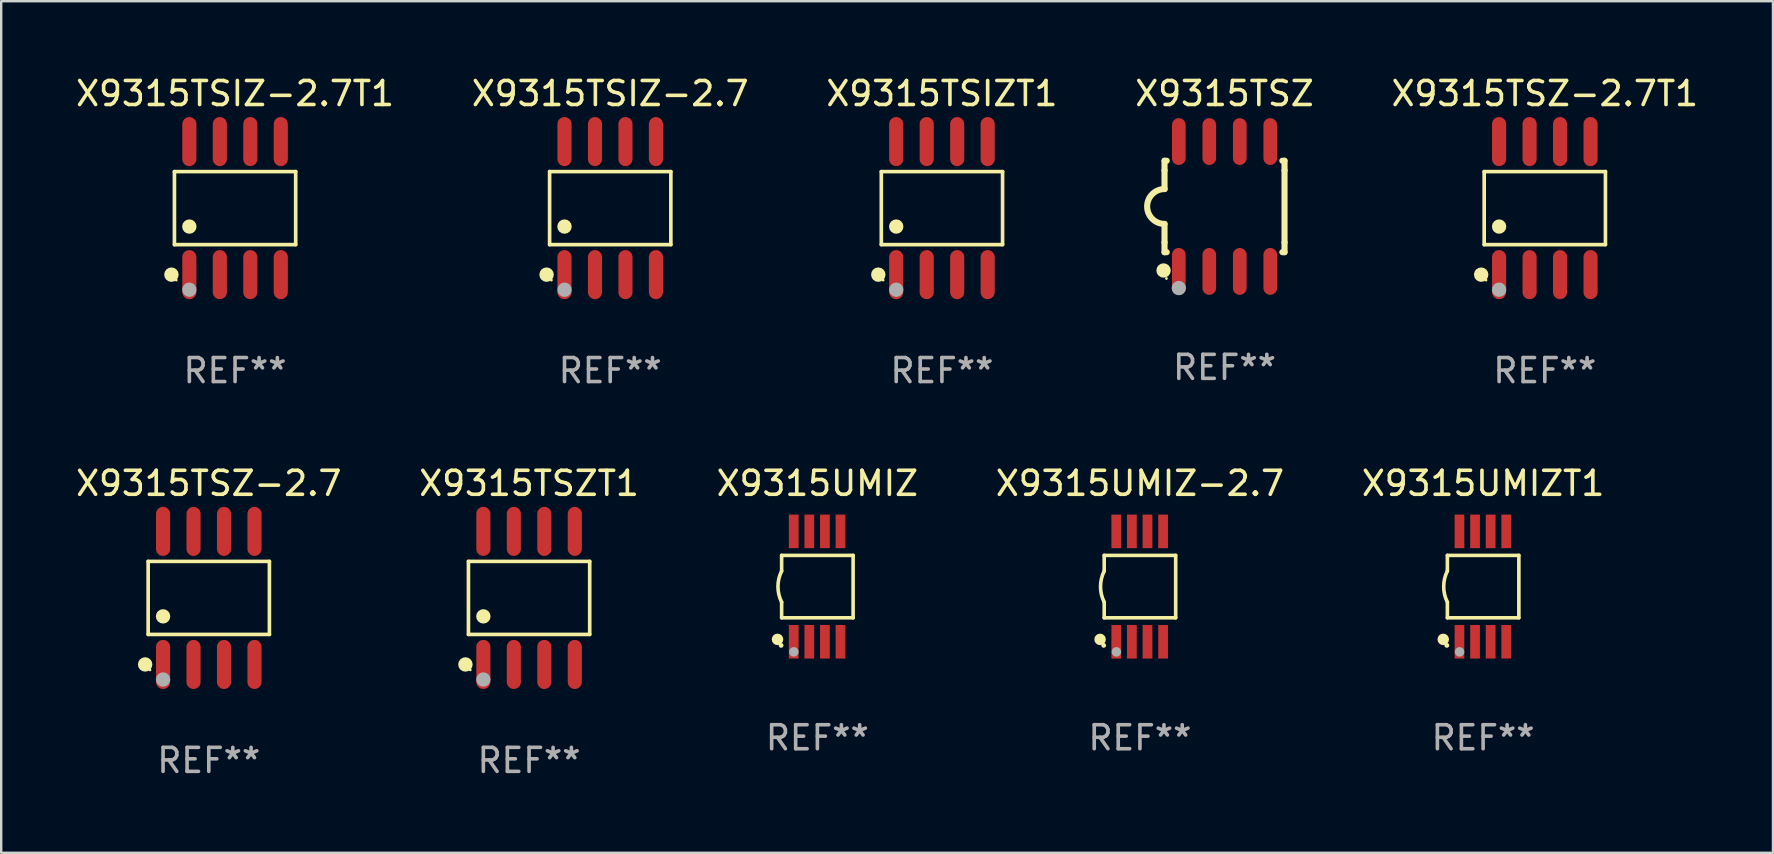
<source format=kicad_pcb>
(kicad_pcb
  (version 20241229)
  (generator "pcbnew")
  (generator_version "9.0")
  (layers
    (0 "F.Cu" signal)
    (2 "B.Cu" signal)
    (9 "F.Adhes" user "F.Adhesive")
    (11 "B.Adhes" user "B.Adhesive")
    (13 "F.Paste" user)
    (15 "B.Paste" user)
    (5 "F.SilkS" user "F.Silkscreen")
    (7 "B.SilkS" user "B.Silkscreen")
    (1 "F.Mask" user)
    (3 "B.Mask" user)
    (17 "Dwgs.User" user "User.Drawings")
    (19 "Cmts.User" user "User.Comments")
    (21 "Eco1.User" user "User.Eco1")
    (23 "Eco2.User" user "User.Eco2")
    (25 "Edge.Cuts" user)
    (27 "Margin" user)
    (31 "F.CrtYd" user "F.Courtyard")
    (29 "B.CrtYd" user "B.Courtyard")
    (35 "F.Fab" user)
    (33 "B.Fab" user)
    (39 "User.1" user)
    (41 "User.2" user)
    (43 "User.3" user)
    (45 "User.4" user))
  (footprint "X9315UMIZT1"
    (layer "F.Cu")
    (at 58.744 21.39)
    (property "Reference" "X9315UMIZT1" (at 0 -4.3 0) (layer "F.SilkS") (effects (font (size 1 1) (thickness 0.15))))
    (attr through_hole)
    (fp_line (start -1.489 -1.3) (end -1.489 -0.648) (stroke (width 0.15) (type solid)) (layer "F.SilkS"))
    (fp_line (start -1.489 0.648) (end -1.489 1.3) (stroke (width 0.15) (type solid)) (layer "F.SilkS"))
    (fp_line (start -1.489 1.3) (end 1.489 1.3) (stroke (width 0.15) (type solid)) (layer "F.SilkS"))
    (fp_line (start 1.489 -1.3) (end -1.489 -1.3) (stroke (width 0.15) (type solid)) (layer "F.SilkS"))
    (fp_line (start 1.489 1.3) (end 1.489 -1.3) (stroke (width 0.15) (type solid)) (layer "F.SilkS"))
    (fp_arc (start -1.489205 0.647702) (mid -1.642107 0) (end -1.489205 -0.647701) (stroke (width 0.150013) (type solid)) (layer "F.SilkS"))
    (fp_circle (center -1.661 2.2) (end -1.541 2.2) (stroke (width 0.24) (type solid)) (fill no) (layer "F.SilkS"))
    (fp_circle (center -1.511 2.45) (end -1.461 2.45) (stroke (width 0.1) (type solid)) (fill no) (layer "F.SilkS"))
    (fp_circle (center -0.981 2.72) (end -0.881 2.72) (stroke (width 0.2) (type solid)) (fill no) (layer "F.Fab"))
    (fp_text user "REF**" (at 0 6.3 0) (layer "F.Fab") (effects (font (size 1 1) (thickness 0.15))))
    (pad "1" smd rect (at -0.986 2.3) (size 0.406 1.397) (layers "F.Cu" "F.Mask" "F.Paste"))
    (pad "2" smd rect (at -0.336 2.3) (size 0.406 1.397) (layers "F.Cu" "F.Mask" "F.Paste"))
    (pad "3" smd rect (at 0.314 2.3) (size 0.406 1.397) (layers "F.Cu" "F.Mask" "F.Paste"))
    (pad "4" smd rect (at 0.964 2.3) (size 0.406 1.397) (layers "F.Cu" "F.Mask" "F.Paste"))
    (pad "5" smd rect (at 0.964 -2.3) (size 0.406 1.397) (layers "F.Cu" "F.Mask" "F.Paste"))
    (pad "6" smd rect (at 0.314 -2.3) (size 0.406 1.397) (layers "F.Cu" "F.Mask" "F.Paste"))
    (pad "7" smd rect (at -0.336 -2.3) (size 0.406 1.397) (layers "F.Cu" "F.Mask" "F.Paste"))
    (pad "8" smd rect (at -0.986 -2.3) (size 0.406 1.397) (layers "F.Cu" "F.Mask" "F.Paste")))
  (footprint "X9315TSZT1"
    (layer "F.Cu")
    (at 18.994 21.862)
    (property "Reference" "X9315TSZT1" (at 0 -4.772 0) (layer "F.SilkS") (effects (font (size 1 1) (thickness 0.15))))
    (attr through_hole)
    (fp_line (start -2.526 -1.521) (end 2.526 -1.521) (stroke (width 0.152) (type solid)) (layer "F.SilkS"))
    (fp_line (start -2.526 1.521) (end -2.526 -1.521) (stroke (width 0.152) (type solid)) (layer "F.SilkS"))
    (fp_line (start 2.526 -1.521) (end 2.526 1.521) (stroke (width 0.152) (type solid)) (layer "F.SilkS"))
    (fp_line (start 2.526 1.521) (end -2.526 1.521) (stroke (width 0.152) (type solid)) (layer "F.SilkS"))
    (fp_circle (center -2.652 2.772) (end -2.501 2.772) (stroke (width 0.3) (type solid)) (fill no) (layer "F.SilkS"))
    (fp_circle (center -2.45 3) (end -2.42 3) (stroke (width 0.06) (type solid)) (fill no) (layer "F.SilkS"))
    (fp_circle (center -1.905 0.769) (end -1.755 0.769) (stroke (width 0.3) (type solid)) (fill no) (layer "F.SilkS"))
    (fp_circle (center -1.905 3.4) (end -1.755 3.4) (stroke (width 0.3) (type solid)) (fill no) (layer "F.Fab"))
    (fp_text user "REF**" (at 0 6.772 0) (layer "F.Fab") (effects (font (size 1 1) (thickness 0.15))))
    (pad "1" smd oval (at -1.905 2.772) (size 0.588 2.045) (layers "F.Cu" "F.Mask" "F.Paste"))
    (pad "2" smd oval (at -0.635 2.772) (size 0.588 2.045) (layers "F.Cu" "F.Mask" "F.Paste"))
    (pad "3" smd oval (at 0.635 2.772) (size 0.588 2.045) (layers "F.Cu" "F.Mask" "F.Paste"))
    (pad "4" smd oval (at 1.905 2.772) (size 0.588 2.045) (layers "F.Cu" "F.Mask" "F.Paste"))
    (pad "5" smd oval (at 1.905 -2.772) (size 0.588 2.045) (layers "F.Cu" "F.Mask" "F.Paste"))
    (pad "6" smd oval (at 0.635 -2.772) (size 0.588 2.045) (layers "F.Cu" "F.Mask" "F.Paste"))
    (pad "7" smd oval (at -0.635 -2.772) (size 0.588 2.045) (layers "F.Cu" "F.Mask" "F.Paste"))
    (pad "8" smd oval (at -1.905 -2.772) (size 0.588 2.045) (layers "F.Cu" "F.Mask" "F.Paste")))
  (footprint "X9315TSZ"
    (layer "F.Cu")
    (at 47.97 5.553)
    (property "Reference" "X9315TSZ" (at 0 -4.705 0) (layer "F.SilkS") (effects (font (size 1 1) (thickness 0.15))))
    (attr through_hole)
    (fp_line (start -2.5 -1.905) (end -2.409 -1.905) (stroke (width 0.254) (type solid)) (layer "F.SilkS"))
    (fp_line (start -2.5 -1.5) (end -2.5 -1.905) (stroke (width 0.254) (type solid)) (layer "F.SilkS"))
    (fp_line (start -2.5 -1.5) (end -2.5 -0.726) (stroke (width 0.254) (type solid)) (layer "F.SilkS"))
    (fp_line (start -2.5 1.5) (end -2.5 0.727) (stroke (width 0.254) (type solid)) (layer "F.SilkS"))
    (fp_line (start -2.5 1.5) (end -2.5 1.905) (stroke (width 0.254) (type solid)) (layer "F.SilkS"))
    (fp_line (start -2.5 1.905) (end -2.409 1.905) (stroke (width 0.254) (type solid)) (layer "F.SilkS"))
    (fp_line (start 2.5 -1.905) (end 2.409 -1.905) (stroke (width 0.254) (type solid)) (layer "F.SilkS"))
    (fp_line (start 2.5 -1.5) (end 2.5 -1.905) (stroke (width 0.254) (type solid)) (layer "F.SilkS"))
    (fp_line (start 2.5 -1.5) (end 2.5 1.5) (stroke (width 0.254) (type solid)) (layer "F.SilkS"))
    (fp_line (start 2.5 1.5) (end 2.5 1.905) (stroke (width 0.254) (type solid)) (layer "F.SilkS"))
    (fp_line (start 2.5 1.905) (end 2.409 1.905) (stroke (width 0.254) (type solid)) (layer "F.SilkS"))
    (fp_arc (start -2.5 0.726568) (mid -3.220316 -0.0023) (end -2.495097 -0.726289) (stroke (width 0.254001) (type solid)) (layer "F.SilkS"))
    (fp_circle (center -2.54 2.667) (end -2.39 2.667) (stroke (width 0.3) (type solid)) (fill no) (layer "F.SilkS"))
    (fp_circle (center -2.42 3) (end -2.39 3) (stroke (width 0.06) (type solid)) (fill no) (layer "F.SilkS"))
    (fp_circle (center -1.905 3.4) (end -1.755 3.4) (stroke (width 0.3) (type solid)) (fill no) (layer "F.Fab"))
    (fp_text user "REF**" (at 0 6.705 0) (layer "F.Fab") (effects (font (size 1 1) (thickness 0.15))))
    (pad "1" smd oval (at -1.905 2.705) (size 0.568 1.95) (layers "F.Cu" "F.Mask" "F.Paste"))
    (pad "2" smd oval (at -0.635 2.705) (size 0.568 1.95) (layers "F.Cu" "F.Mask" "F.Paste"))
    (pad "3" smd oval (at 0.635 2.705) (size 0.568 1.95) (layers "F.Cu" "F.Mask" "F.Paste"))
    (pad "4" smd oval (at 1.905 2.705) (size 0.568 1.95) (layers "F.Cu" "F.Mask" "F.Paste"))
    (pad "5" smd oval (at 1.905 -2.705) (size 0.568 1.95) (layers "F.Cu" "F.Mask" "F.Paste"))
    (pad "6" smd oval (at 0.635 -2.705) (size 0.568 1.95) (layers "F.Cu" "F.Mask" "F.Paste"))
    (pad "7" smd oval (at -0.635 -2.705) (size 0.568 1.95) (layers "F.Cu" "F.Mask" "F.Paste"))
    (pad "8" smd oval (at -1.905 -2.705) (size 0.568 1.95) (layers "F.Cu" "F.Mask" "F.Paste")))
  (footprint "X9315TSIZ-2.7T1"
    (layer "F.Cu")
    (at 6.744 5.621)
    (property "Reference" "X9315TSIZ-2.7T1" (at 0 -4.772 0) (layer "F.SilkS") (effects (font (size 1 1) (thickness 0.15))))
    (attr through_hole)
    (fp_line (start -2.526 -1.521) (end 2.526 -1.521) (stroke (width 0.152) (type solid)) (layer "F.SilkS"))
    (fp_line (start -2.526 1.521) (end -2.526 -1.521) (stroke (width 0.152) (type solid)) (layer "F.SilkS"))
    (fp_line (start 2.526 -1.521) (end 2.526 1.521) (stroke (width 0.152) (type solid)) (layer "F.SilkS"))
    (fp_line (start 2.526 1.521) (end -2.526 1.521) (stroke (width 0.152) (type solid)) (layer "F.SilkS"))
    (fp_circle (center -2.652 2.772) (end -2.501 2.772) (stroke (width 0.3) (type solid)) (fill no) (layer "F.SilkS"))
    (fp_circle (center -2.45 3) (end -2.42 3) (stroke (width 0.06) (type solid)) (fill no) (layer "F.SilkS"))
    (fp_circle (center -1.905 0.769) (end -1.755 0.769) (stroke (width 0.3) (type solid)) (fill no) (layer "F.SilkS"))
    (fp_circle (center -1.905 3.4) (end -1.755 3.4) (stroke (width 0.3) (type solid)) (fill no) (layer "F.Fab"))
    (fp_text user "REF**" (at 0 6.772 0) (layer "F.Fab") (effects (font (size 1 1) (thickness 0.15))))
    (pad "1" smd oval (at -1.905 2.772) (size 0.588 2.045) (layers "F.Cu" "F.Mask" "F.Paste"))
    (pad "2" smd oval (at -0.635 2.772) (size 0.588 2.045) (layers "F.Cu" "F.Mask" "F.Paste"))
    (pad "3" smd oval (at 0.635 2.772) (size 0.588 2.045) (layers "F.Cu" "F.Mask" "F.Paste"))
    (pad "4" smd oval (at 1.905 2.772) (size 0.588 2.045) (layers "F.Cu" "F.Mask" "F.Paste"))
    (pad "5" smd oval (at 1.905 -2.772) (size 0.588 2.045) (layers "F.Cu" "F.Mask" "F.Paste"))
    (pad "6" smd oval (at 0.635 -2.772) (size 0.588 2.045) (layers "F.Cu" "F.Mask" "F.Paste"))
    (pad "7" smd oval (at -0.635 -2.772) (size 0.588 2.045) (layers "F.Cu" "F.Mask" "F.Paste"))
    (pad "8" smd oval (at -1.905 -2.772) (size 0.588 2.045) (layers "F.Cu" "F.Mask" "F.Paste")))
  (footprint "X9315TSIZT1"
    (layer "F.Cu")
    (at 36.196 5.621)
    (property "Reference" "X9315TSIZT1" (at 0 -4.772 0) (layer "F.SilkS") (effects (font (size 1 1) (thickness 0.15))))
    (attr through_hole)
    (fp_line (start -2.526 -1.521) (end 2.526 -1.521) (stroke (width 0.152) (type solid)) (layer "F.SilkS"))
    (fp_line (start -2.526 1.521) (end -2.526 -1.521) (stroke (width 0.152) (type solid)) (layer "F.SilkS"))
    (fp_line (start 2.526 -1.521) (end 2.526 1.521) (stroke (width 0.152) (type solid)) (layer "F.SilkS"))
    (fp_line (start 2.526 1.521) (end -2.526 1.521) (stroke (width 0.152) (type solid)) (layer "F.SilkS"))
    (fp_circle (center -2.652 2.772) (end -2.501 2.772) (stroke (width 0.3) (type solid)) (fill no) (layer "F.SilkS"))
    (fp_circle (center -2.45 3) (end -2.42 3) (stroke (width 0.06) (type solid)) (fill no) (layer "F.SilkS"))
    (fp_circle (center -1.905 0.769) (end -1.755 0.769) (stroke (width 0.3) (type solid)) (fill no) (layer "F.SilkS"))
    (fp_circle (center -1.905 3.4) (end -1.755 3.4) (stroke (width 0.3) (type solid)) (fill no) (layer "F.Fab"))
    (fp_text user "REF**" (at 0 6.772 0) (layer "F.Fab") (effects (font (size 1 1) (thickness 0.15))))
    (pad "1" smd oval (at -1.905 2.772) (size 0.588 2.045) (layers "F.Cu" "F.Mask" "F.Paste"))
    (pad "2" smd oval (at -0.635 2.772) (size 0.588 2.045) (layers "F.Cu" "F.Mask" "F.Paste"))
    (pad "3" smd oval (at 0.635 2.772) (size 0.588 2.045) (layers "F.Cu" "F.Mask" "F.Paste"))
    (pad "4" smd oval (at 1.905 2.772) (size 0.588 2.045) (layers "F.Cu" "F.Mask" "F.Paste"))
    (pad "5" smd oval (at 1.905 -2.772) (size 0.588 2.045) (layers "F.Cu" "F.Mask" "F.Paste"))
    (pad "6" smd oval (at 0.635 -2.772) (size 0.588 2.045) (layers "F.Cu" "F.Mask" "F.Paste"))
    (pad "7" smd oval (at -0.635 -2.772) (size 0.588 2.045) (layers "F.Cu" "F.Mask" "F.Paste"))
    (pad "8" smd oval (at -1.905 -2.772) (size 0.588 2.045) (layers "F.Cu" "F.Mask" "F.Paste")))
  (footprint "X9315TSZ-2.7T1"
    (layer "F.Cu")
    (at 61.315 5.621)
    (property "Reference" "X9315TSZ-2.7T1" (at 0 -4.772 0) (layer "F.SilkS") (effects (font (size 1 1) (thickness 0.15))))
    (attr through_hole)
    (fp_line (start -2.526 -1.521) (end 2.526 -1.521) (stroke (width 0.152) (type solid)) (layer "F.SilkS"))
    (fp_line (start -2.526 1.521) (end -2.526 -1.521) (stroke (width 0.152) (type solid)) (layer "F.SilkS"))
    (fp_line (start 2.526 -1.521) (end 2.526 1.521) (stroke (width 0.152) (type solid)) (layer "F.SilkS"))
    (fp_line (start 2.526 1.521) (end -2.526 1.521) (stroke (width 0.152) (type solid)) (layer "F.SilkS"))
    (fp_circle (center -2.652 2.772) (end -2.501 2.772) (stroke (width 0.3) (type solid)) (fill no) (layer "F.SilkS"))
    (fp_circle (center -2.45 3) (end -2.42 3) (stroke (width 0.06) (type solid)) (fill no) (layer "F.SilkS"))
    (fp_circle (center -1.905 0.769) (end -1.755 0.769) (stroke (width 0.3) (type solid)) (fill no) (layer "F.SilkS"))
    (fp_circle (center -1.905 3.4) (end -1.755 3.4) (stroke (width 0.3) (type solid)) (fill no) (layer "F.Fab"))
    (fp_text user "REF**" (at 0 6.772 0) (layer "F.Fab") (effects (font (size 1 1) (thickness 0.15))))
    (pad "1" smd oval (at -1.905 2.772) (size 0.588 2.045) (layers "F.Cu" "F.Mask" "F.Paste"))
    (pad "2" smd oval (at -0.635 2.772) (size 0.588 2.045) (layers "F.Cu" "F.Mask" "F.Paste"))
    (pad "3" smd oval (at 0.635 2.772) (size 0.588 2.045) (layers "F.Cu" "F.Mask" "F.Paste"))
    (pad "4" smd oval (at 1.905 2.772) (size 0.588 2.045) (layers "F.Cu" "F.Mask" "F.Paste"))
    (pad "5" smd oval (at 1.905 -2.772) (size 0.588 2.045) (layers "F.Cu" "F.Mask" "F.Paste"))
    (pad "6" smd oval (at 0.635 -2.772) (size 0.588 2.045) (layers "F.Cu" "F.Mask" "F.Paste"))
    (pad "7" smd oval (at -0.635 -2.772) (size 0.588 2.045) (layers "F.Cu" "F.Mask" "F.Paste"))
    (pad "8" smd oval (at -1.905 -2.772) (size 0.588 2.045) (layers "F.Cu" "F.Mask" "F.Paste")))
  (footprint "X9315TSZ-2.7"
    (layer "F.Cu")
    (at 5.649 21.862)
    (property "Reference" "X9315TSZ-2.7" (at 0 -4.772 0) (layer "F.SilkS") (effects (font (size 1 1) (thickness 0.15))))
    (attr through_hole)
    (fp_line (start -2.526 -1.521) (end 2.526 -1.521) (stroke (width 0.152) (type solid)) (layer "F.SilkS"))
    (fp_line (start -2.526 1.521) (end -2.526 -1.521) (stroke (width 0.152) (type solid)) (layer "F.SilkS"))
    (fp_line (start 2.526 -1.521) (end 2.526 1.521) (stroke (width 0.152) (type solid)) (layer "F.SilkS"))
    (fp_line (start 2.526 1.521) (end -2.526 1.521) (stroke (width 0.152) (type solid)) (layer "F.SilkS"))
    (fp_circle (center -2.652 2.772) (end -2.501 2.772) (stroke (width 0.3) (type solid)) (fill no) (layer "F.SilkS"))
    (fp_circle (center -2.45 3) (end -2.42 3) (stroke (width 0.06) (type solid)) (fill no) (layer "F.SilkS"))
    (fp_circle (center -1.905 0.769) (end -1.755 0.769) (stroke (width 0.3) (type solid)) (fill no) (layer "F.SilkS"))
    (fp_circle (center -1.905 3.4) (end -1.755 3.4) (stroke (width 0.3) (type solid)) (fill no) (layer "F.Fab"))
    (fp_text user "REF**" (at 0 6.772 0) (layer "F.Fab") (effects (font (size 1 1) (thickness 0.15))))
    (pad "1" smd oval (at -1.905 2.772) (size 0.588 2.045) (layers "F.Cu" "F.Mask" "F.Paste"))
    (pad "2" smd oval (at -0.635 2.772) (size 0.588 2.045) (layers "F.Cu" "F.Mask" "F.Paste"))
    (pad "3" smd oval (at 0.635 2.772) (size 0.588 2.045) (layers "F.Cu" "F.Mask" "F.Paste"))
    (pad "4" smd oval (at 1.905 2.772) (size 0.588 2.045) (layers "F.Cu" "F.Mask" "F.Paste"))
    (pad "5" smd oval (at 1.905 -2.772) (size 0.588 2.045) (layers "F.Cu" "F.Mask" "F.Paste"))
    (pad "6" smd oval (at 0.635 -2.772) (size 0.588 2.045) (layers "F.Cu" "F.Mask" "F.Paste"))
    (pad "7" smd oval (at -0.635 -2.772) (size 0.588 2.045) (layers "F.Cu" "F.Mask" "F.Paste"))
    (pad "8" smd oval (at -1.905 -2.772) (size 0.588 2.045) (layers "F.Cu" "F.Mask" "F.Paste")))
  (footprint "X9315TSIZ-2.7"
    (layer "F.Cu")
    (at 22.375 5.621)
    (property "Reference" "X9315TSIZ-2.7" (at 0 -4.772 0) (layer "F.SilkS") (effects (font (size 1 1) (thickness 0.15))))
    (attr through_hole)
    (fp_line (start -2.526 -1.521) (end 2.526 -1.521) (stroke (width 0.152) (type solid)) (layer "F.SilkS"))
    (fp_line (start -2.526 1.521) (end -2.526 -1.521) (stroke (width 0.152) (type solid)) (layer "F.SilkS"))
    (fp_line (start 2.526 -1.521) (end 2.526 1.521) (stroke (width 0.152) (type solid)) (layer "F.SilkS"))
    (fp_line (start 2.526 1.521) (end -2.526 1.521) (stroke (width 0.152) (type solid)) (layer "F.SilkS"))
    (fp_circle (center -2.652 2.772) (end -2.501 2.772) (stroke (width 0.3) (type solid)) (fill no) (layer "F.SilkS"))
    (fp_circle (center -2.45 3) (end -2.42 3) (stroke (width 0.06) (type solid)) (fill no) (layer "F.SilkS"))
    (fp_circle (center -1.905 0.769) (end -1.755 0.769) (stroke (width 0.3) (type solid)) (fill no) (layer "F.SilkS"))
    (fp_circle (center -1.905 3.4) (end -1.755 3.4) (stroke (width 0.3) (type solid)) (fill no) (layer "F.Fab"))
    (fp_text user "REF**" (at 0 6.772 0) (layer "F.Fab") (effects (font (size 1 1) (thickness 0.15))))
    (pad "1" smd oval (at -1.905 2.772) (size 0.588 2.045) (layers "F.Cu" "F.Mask" "F.Paste"))
    (pad "2" smd oval (at -0.635 2.772) (size 0.588 2.045) (layers "F.Cu" "F.Mask" "F.Paste"))
    (pad "3" smd oval (at 0.635 2.772) (size 0.588 2.045) (layers "F.Cu" "F.Mask" "F.Paste"))
    (pad "4" smd oval (at 1.905 2.772) (size 0.588 2.045) (layers "F.Cu" "F.Mask" "F.Paste"))
    (pad "5" smd oval (at 1.905 -2.772) (size 0.588 2.045) (layers "F.Cu" "F.Mask" "F.Paste"))
    (pad "6" smd oval (at 0.635 -2.772) (size 0.588 2.045) (layers "F.Cu" "F.Mask" "F.Paste"))
    (pad "7" smd oval (at -0.635 -2.772) (size 0.588 2.045) (layers "F.Cu" "F.Mask" "F.Paste"))
    (pad "8" smd oval (at -1.905 -2.772) (size 0.588 2.045) (layers "F.Cu" "F.Mask" "F.Paste")))
  (footprint "X9315UMIZ"
    (layer "F.Cu")
    (at 31.006 21.39)
    (property "Reference" "X9315UMIZ" (at 0 -4.3 0) (layer "F.SilkS") (effects (font (size 1 1) (thickness 0.15))))
    (attr through_hole)
    (fp_line (start -1.489 -1.3) (end -1.489 -0.648) (stroke (width 0.15) (type solid)) (layer "F.SilkS"))
    (fp_line (start -1.489 0.648) (end -1.489 1.3) (stroke (width 0.15) (type solid)) (layer "F.SilkS"))
    (fp_line (start -1.489 1.3) (end 1.489 1.3) (stroke (width 0.15) (type solid)) (layer "F.SilkS"))
    (fp_line (start 1.489 -1.3) (end -1.489 -1.3) (stroke (width 0.15) (type solid)) (layer "F.SilkS"))
    (fp_line (start 1.489 1.3) (end 1.489 -1.3) (stroke (width 0.15) (type solid)) (layer "F.SilkS"))
    (fp_arc (start -1.489205 0.647702) (mid -1.642107 0) (end -1.489205 -0.647701) (stroke (width 0.150013) (type solid)) (layer "F.SilkS"))
    (fp_circle (center -1.661 2.2) (end -1.541 2.2) (stroke (width 0.24) (type solid)) (fill no) (layer "F.SilkS"))
    (fp_circle (center -1.511 2.45) (end -1.461 2.45) (stroke (width 0.1) (type solid)) (fill no) (layer "F.SilkS"))
    (fp_circle (center -0.981 2.72) (end -0.881 2.72) (stroke (width 0.2) (type solid)) (fill no) (layer "F.Fab"))
    (fp_text user "REF**" (at 0 6.3 0) (layer "F.Fab") (effects (font (size 1 1) (thickness 0.15))))
    (pad "1" smd rect (at -0.986 2.3) (size 0.406 1.397) (layers "F.Cu" "F.Mask" "F.Paste"))
    (pad "2" smd rect (at -0.336 2.3) (size 0.406 1.397) (layers "F.Cu" "F.Mask" "F.Paste"))
    (pad "3" smd rect (at 0.314 2.3) (size 0.406 1.397) (layers "F.Cu" "F.Mask" "F.Paste"))
    (pad "4" smd rect (at 0.964 2.3) (size 0.406 1.397) (layers "F.Cu" "F.Mask" "F.Paste"))
    (pad "5" smd rect (at 0.964 -2.3) (size 0.406 1.397) (layers "F.Cu" "F.Mask" "F.Paste"))
    (pad "6" smd rect (at 0.314 -2.3) (size 0.406 1.397) (layers "F.Cu" "F.Mask" "F.Paste"))
    (pad "7" smd rect (at -0.336 -2.3) (size 0.406 1.397) (layers "F.Cu" "F.Mask" "F.Paste"))
    (pad "8" smd rect (at -0.986 -2.3) (size 0.406 1.397) (layers "F.Cu" "F.Mask" "F.Paste")))
  (footprint "X9315UMIZ-2.7"
    (layer "F.Cu")
    (at 44.446 21.39)
    (property "Reference" "X9315UMIZ-2.7" (at 0 -4.3 0) (layer "F.SilkS") (effects (font (size 1 1) (thickness 0.15))))
    (attr through_hole)
    (fp_line (start -1.489 -1.3) (end -1.489 -0.648) (stroke (width 0.15) (type solid)) (layer "F.SilkS"))
    (fp_line (start -1.489 0.648) (end -1.489 1.3) (stroke (width 0.15) (type solid)) (layer "F.SilkS"))
    (fp_line (start -1.489 1.3) (end 1.489 1.3) (stroke (width 0.15) (type solid)) (layer "F.SilkS"))
    (fp_line (start 1.489 -1.3) (end -1.489 -1.3) (stroke (width 0.15) (type solid)) (layer "F.SilkS"))
    (fp_line (start 1.489 1.3) (end 1.489 -1.3) (stroke (width 0.15) (type solid)) (layer "F.SilkS"))
    (fp_arc (start -1.489205 0.647702) (mid -1.642107 0) (end -1.489205 -0.647701) (stroke (width 0.150013) (type solid)) (layer "F.SilkS"))
    (fp_circle (center -1.661 2.2) (end -1.541 2.2) (stroke (width 0.24) (type solid)) (fill no) (layer "F.SilkS"))
    (fp_circle (center -1.511 2.45) (end -1.461 2.45) (stroke (width 0.1) (type solid)) (fill no) (layer "F.SilkS"))
    (fp_circle (center -0.981 2.72) (end -0.881 2.72) (stroke (width 0.2) (type solid)) (fill no) (layer "F.Fab"))
    (fp_text user "REF**" (at 0 6.3 0) (layer "F.Fab") (effects (font (size 1 1) (thickness 0.15))))
    (pad "1" smd rect (at -0.986 2.3) (size 0.406 1.397) (layers "F.Cu" "F.Mask" "F.Paste"))
    (pad "2" smd rect (at -0.336 2.3) (size 0.406 1.397) (layers "F.Cu" "F.Mask" "F.Paste"))
    (pad "3" smd rect (at 0.314 2.3) (size 0.406 1.397) (layers "F.Cu" "F.Mask" "F.Paste"))
    (pad "4" smd rect (at 0.964 2.3) (size 0.406 1.397) (layers "F.Cu" "F.Mask" "F.Paste"))
    (pad "5" smd rect (at 0.964 -2.3) (size 0.406 1.397) (layers "F.Cu" "F.Mask" "F.Paste"))
    (pad "6" smd rect (at 0.314 -2.3) (size 0.406 1.397) (layers "F.Cu" "F.Mask" "F.Paste"))
    (pad "7" smd rect (at -0.336 -2.3) (size 0.406 1.397) (layers "F.Cu" "F.Mask" "F.Paste"))
    (pad "8" smd rect (at -0.986 -2.3) (size 0.406 1.397) (layers "F.Cu" "F.Mask" "F.Paste")))
  (gr_rect
    (start -3 -3)
    (end 70.821 32.483)
    (stroke (width 0.1) (type default))
    (fill no)
    (layer "Edge.Cuts")))
</source>
